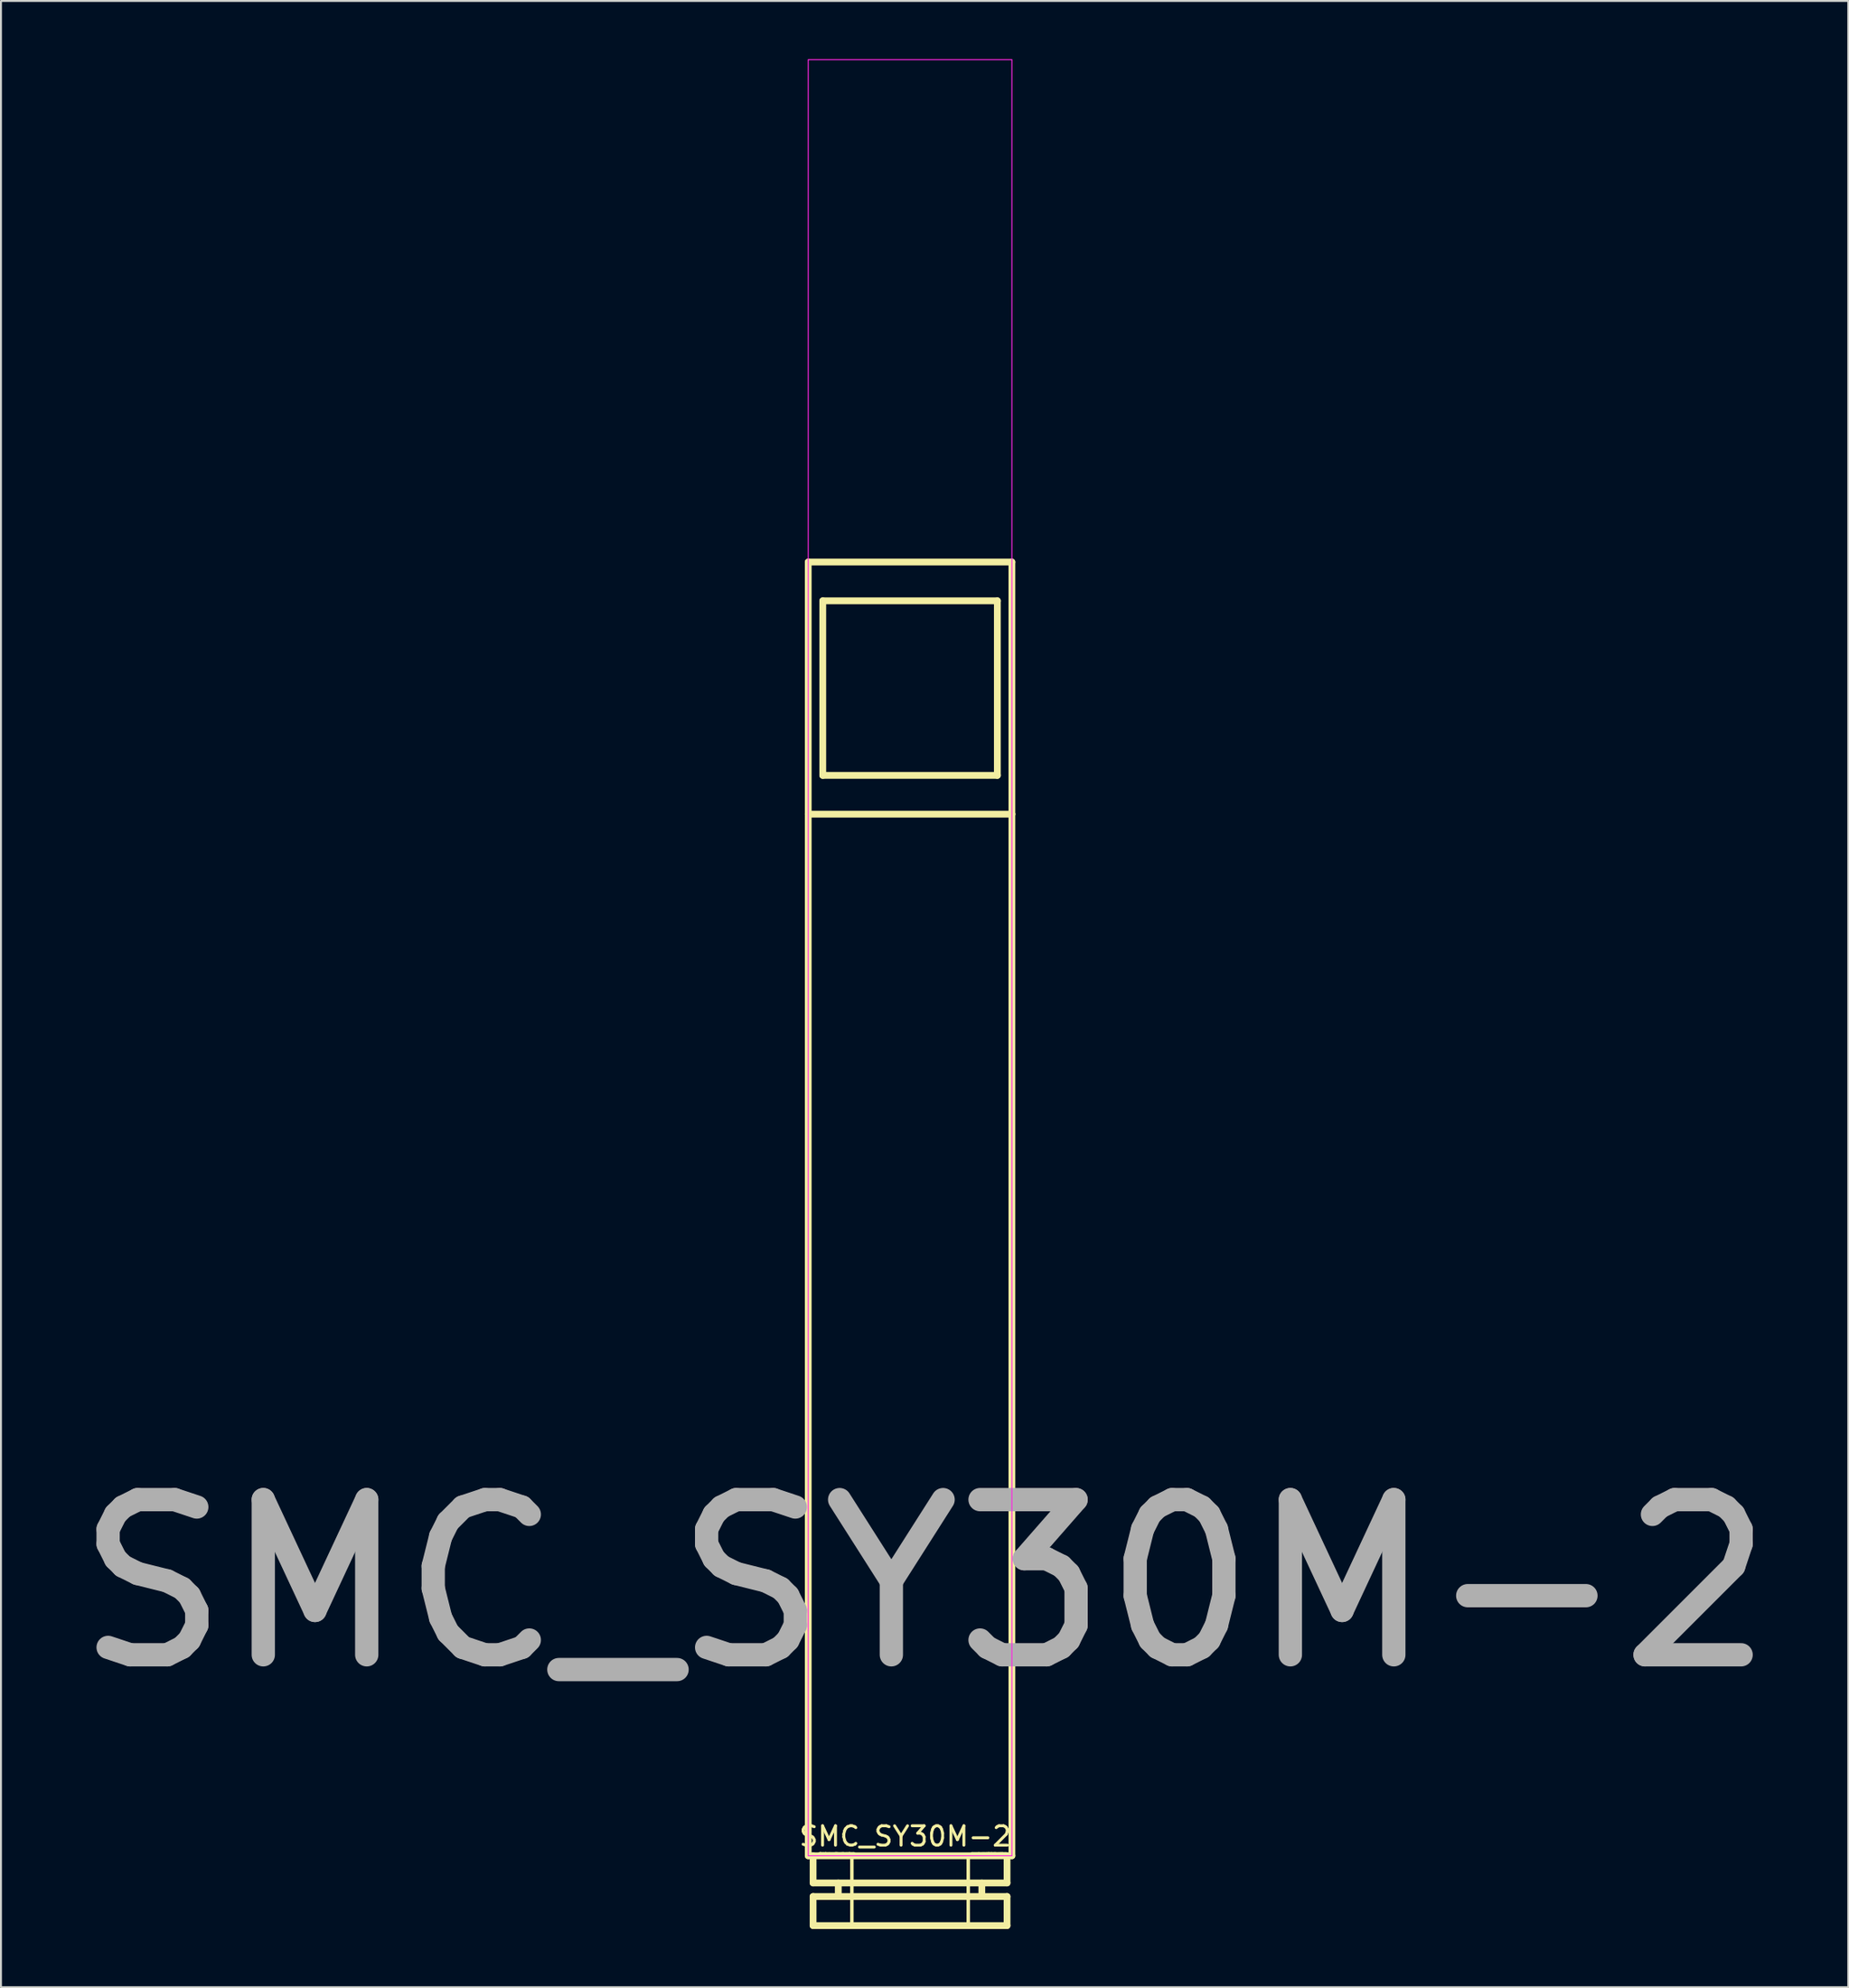
<source format=kicad_pcb>
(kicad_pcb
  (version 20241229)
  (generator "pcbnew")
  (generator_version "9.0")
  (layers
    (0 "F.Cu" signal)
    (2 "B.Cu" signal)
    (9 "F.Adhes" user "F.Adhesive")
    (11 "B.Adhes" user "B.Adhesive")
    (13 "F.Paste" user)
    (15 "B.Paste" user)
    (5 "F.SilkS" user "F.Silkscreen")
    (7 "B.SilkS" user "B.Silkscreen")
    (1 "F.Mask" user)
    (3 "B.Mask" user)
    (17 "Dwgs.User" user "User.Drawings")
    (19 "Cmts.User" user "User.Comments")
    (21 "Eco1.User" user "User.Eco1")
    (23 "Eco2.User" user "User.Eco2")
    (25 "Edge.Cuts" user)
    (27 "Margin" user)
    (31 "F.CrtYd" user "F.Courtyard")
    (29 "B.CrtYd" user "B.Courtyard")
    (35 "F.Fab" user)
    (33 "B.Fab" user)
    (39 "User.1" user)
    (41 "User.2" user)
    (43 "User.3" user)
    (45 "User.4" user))
  (footprint "SMC_SY30M-2"
    (layer "F.Cu")
    (at 38.619 92.625)
    (property "Reference" "SMC_SY30M-2" (at 5 -1 0) (unlocked yes) (layer "F.SilkS") (effects (font (size 1 1) (thickness 0.15))))
    (fp_line (start 0 -66.7) (end 0 -53.7) (stroke (width 0.35) (type solid)) (layer "F.SilkS"))
    (fp_line (start 0 -53.7) (end 10.5 -53.7) (stroke (width 0.35) (type solid)) (layer "F.SilkS"))
    (fp_line (start 0 0) (end 0 -53.7) (stroke (width 0.35) (type solid)) (layer "F.SilkS"))
    (fp_line (start 0 0) (end 10.5 0) (stroke (width 0.35) (type solid)) (layer "F.SilkS"))
    (fp_line (start 0.25 0) (end 0.25 1.4) (stroke (width 0.35) (type solid)) (layer "F.SilkS"))
    (fp_line (start 0.25 1.4) (end 10.25 1.4) (stroke (width 0.35) (type solid)) (layer "F.SilkS"))
    (fp_line (start 0.25 2.1) (end 0.25 3.6) (stroke (width 0.35) (type solid)) (layer "F.SilkS"))
    (fp_line (start 0.25 2.1) (end 10.25 2.1) (stroke (width 0.35) (type solid)) (layer "F.SilkS"))
    (fp_line (start 0.25 3.6) (end 10.25 3.6) (stroke (width 0.35) (type solid)) (layer "F.SilkS"))
    (fp_line (start 0.6 -0.1) (end 0.6 0) (stroke (width 0.18) (type solid)) (layer "F.SilkS"))
    (fp_line (start 0.61 -0.1) (end 0.6 -0.1) (stroke (width 0.18) (type solid)) (layer "F.SilkS"))
    (fp_line (start 0.61 -0.1) (end 0.61 0) (stroke (width 0.18) (type solid)) (layer "F.SilkS"))
    (fp_line (start 0.61 -0.1) (end 1.406 -0.1) (stroke (width 0.18) (type solid)) (layer "F.SilkS"))
    (fp_line (start 0.659 -0.1) (end 0.659 0) (stroke (width 0.18) (type solid)) (layer "F.SilkS"))
    (fp_line (start 0.659 -0.1) (end 0.659 0) (stroke (width 0.18) (type solid)) (layer "F.SilkS"))
    (fp_line (start 0.75 -64.7) (end 0.75 -55.7) (stroke (width 0.35) (type solid)) (layer "F.SilkS"))
    (fp_line (start 0.75 -55.7) (end 9.75 -55.7) (stroke (width 0.35) (type solid)) (layer "F.SilkS"))
    (fp_line (start 0.778 -0.1) (end 0.778 0) (stroke (width 0.18) (type solid)) (layer "F.SilkS"))
    (fp_line (start 0.892 -0.1) (end 0.892 0) (stroke (width 0.18) (type solid)) (layer "F.SilkS"))
    (fp_line (start 0.892 -0.1) (end 0.892 0) (stroke (width 0.18) (type solid)) (layer "F.SilkS"))
    (fp_line (start 0.905 -0.1) (end 0.905 0) (stroke (width 0.18) (type solid)) (layer "F.SilkS"))
    (fp_line (start 1.091 -0.1) (end 1.091 0) (stroke (width 0.18) (type solid)) (layer "F.SilkS"))
    (fp_line (start 1.406 -0.1) (end 1.406 0) (stroke (width 0.18) (type solid)) (layer "F.SilkS"))
    (fp_line (start 1.43 -0.1) (end 1.43 0) (stroke (width 0.18) (type solid)) (layer "F.SilkS"))
    (fp_line (start 1.471 -0.1) (end 1.406 -0.1) (stroke (width 0.18) (type solid)) (layer "F.SilkS"))
    (fp_line (start 1.471 -0.1) (end 1.471 0) (stroke (width 0.18) (type solid)) (layer "F.SilkS"))
    (fp_line (start 1.471 -0.1) (end 2.107 -0.1) (stroke (width 0.18) (type solid)) (layer "F.SilkS"))
    (fp_line (start 1.517 -0.1) (end 1.517 0) (stroke (width 0.18) (type solid)) (layer "F.SilkS"))
    (fp_line (start 1.55 1.4) (end 1.55 2.1) (stroke (width 0.35) (type solid)) (layer "F.SilkS"))
    (fp_line (start 1.721 -0.1) (end 1.721 0) (stroke (width 0.18) (type solid)) (layer "F.SilkS"))
    (fp_line (start 1.779 -0.1) (end 1.779 0) (stroke (width 0.18) (type solid)) (layer "F.SilkS"))
    (fp_line (start 1.798 -0.1) (end 1.798 0) (stroke (width 0.18) (type solid)) (layer "F.SilkS"))
    (fp_line (start 1.808 -0.1) (end 1.808 0) (stroke (width 0.18) (type solid)) (layer "F.SilkS"))
    (fp_line (start 1.998 -0.1) (end 1.998 0) (stroke (width 0.18) (type solid)) (layer "F.SilkS"))
    (fp_line (start 2.107 -0.1) (end 2.107 0) (stroke (width 0.18) (type solid)) (layer "F.SilkS"))
    (fp_line (start 2.139 -0.1) (end 2.107 -0.1) (stroke (width 0.18) (type solid)) (layer "F.SilkS"))
    (fp_line (start 2.139 -0.1) (end 2.139 0) (stroke (width 0.18) (type solid)) (layer "F.SilkS"))
    (fp_line (start 2.25 0) (end 2.25 3.6) (stroke (width 0.18) (type solid)) (layer "F.SilkS"))
    (fp_line (start 2.347 -0.1) (end 2.139 -0.1) (stroke (width 0.18) (type solid)) (layer "F.SilkS"))
    (fp_line (start 2.347 -0.1) (end 2.347 0) (stroke (width 0.18) (type solid)) (layer "F.SilkS"))
    (fp_line (start 8.25 0) (end 8.25 3.6) (stroke (width 0.18) (type solid)) (layer "F.SilkS"))
    (fp_line (start 8.45 -0.1) (end 8.45 0) (stroke (width 0.18) (type solid)) (layer "F.SilkS"))
    (fp_line (start 8.785 -0.1) (end 8.785 0) (stroke (width 0.18) (type solid)) (layer "F.SilkS"))
    (fp_line (start 8.799 -0.1) (end 8.799 0) (stroke (width 0.18) (type solid)) (layer "F.SilkS"))
    (fp_line (start 8.95 1.4) (end 8.95 2.1) (stroke (width 0.35) (type solid)) (layer "F.SilkS"))
    (fp_line (start 9.004 -0.1) (end 9.004 0) (stroke (width 0.18) (type solid)) (layer "F.SilkS"))
    (fp_line (start 9.076 -0.1) (end 9.076 0) (stroke (width 0.18) (type solid)) (layer "F.SilkS"))
    (fp_line (start 9.178 -0.1) (end 9.178 0) (stroke (width 0.18) (type solid)) (layer "F.SilkS"))
    (fp_line (start 9.243 -0.1) (end 9.243 0) (stroke (width 0.18) (type solid)) (layer "F.SilkS"))
    (fp_line (start 9.268 -0.1) (end 9.268 0) (stroke (width 0.18) (type solid)) (layer "F.SilkS"))
    (fp_line (start 9.312 -0.1) (end 8.45 -0.1) (stroke (width 0.18) (type solid)) (layer "F.SilkS"))
    (fp_line (start 9.312 -0.1) (end 9.312 0) (stroke (width 0.18) (type solid)) (layer "F.SilkS"))
    (fp_line (start 9.312 -0.1) (end 9.935 -0.1) (stroke (width 0.18) (type solid)) (layer "F.SilkS"))
    (fp_line (start 9.324 -0.1) (end 9.324 0) (stroke (width 0.18) (type solid)) (layer "F.SilkS"))
    (fp_line (start 9.385 -0.1) (end 9.385 0) (stroke (width 0.18) (type solid)) (layer "F.SilkS"))
    (fp_line (start 9.437 -0.1) (end 9.437 0) (stroke (width 0.18) (type solid)) (layer "F.SilkS"))
    (fp_line (start 9.468 -0.1) (end 9.468 0) (stroke (width 0.18) (type solid)) (layer "F.SilkS"))
    (fp_line (start 9.469 -0.1) (end 9.469 0) (stroke (width 0.18) (type solid)) (layer "F.SilkS"))
    (fp_line (start 9.571 -0.1) (end 9.571 0) (stroke (width 0.18) (type solid)) (layer "F.SilkS"))
    (fp_line (start 9.6 -0.1) (end 9.6 0) (stroke (width 0.18) (type solid)) (layer "F.SilkS"))
    (fp_line (start 9.644 -0.1) (end 9.644 0) (stroke (width 0.18) (type solid)) (layer "F.SilkS"))
    (fp_line (start 9.658 -0.1) (end 9.658 0) (stroke (width 0.18) (type solid)) (layer "F.SilkS"))
    (fp_line (start 9.75 -64.7) (end 0.75 -64.7) (stroke (width 0.35) (type solid)) (layer "F.SilkS"))
    (fp_line (start 9.75 -55.7) (end 9.75 -64.7) (stroke (width 0.35) (type solid)) (layer "F.SilkS"))
    (fp_line (start 9.848 -0.1) (end 9.848 0) (stroke (width 0.18) (type solid)) (layer "F.SilkS"))
    (fp_line (start 9.935 -0.1) (end 9.935 0) (stroke (width 0.18) (type solid)) (layer "F.SilkS"))
    (fp_line (start 9.935 -0.1) (end 10.008 -0.1) (stroke (width 0.18) (type solid)) (layer "F.SilkS"))
    (fp_line (start 10.008 -0.1) (end 10.008 0) (stroke (width 0.18) (type solid)) (layer "F.SilkS"))
    (fp_line (start 10.197 -0.1) (end 10.008 -0.1) (stroke (width 0.18) (type solid)) (layer "F.SilkS"))
    (fp_line (start 10.197 -0.1) (end 10.197 0) (stroke (width 0.18) (type solid)) (layer "F.SilkS"))
    (fp_line (start 10.25 0) (end 10.25 1.4) (stroke (width 0.35) (type solid)) (layer "F.SilkS"))
    (fp_line (start 10.25 2.1) (end 10.25 3.6) (stroke (width 0.35) (type solid)) (layer "F.SilkS"))
    (fp_line (start 10.5 -66.7) (end 0 -66.7) (stroke (width 0.35) (type solid)) (layer "F.SilkS"))
    (fp_line (start 10.5 -53.7) (end 10.5 -66.7) (stroke (width 0.35) (type solid)) (layer "F.SilkS"))
    (fp_line (start 10.5 0) (end 10.5 -53.7) (stroke (width 0.35) (type solid)) (layer "F.SilkS"))
    (fp_rect (start 0 0) (end 10.5 -92.6) (stroke (width 0.05) (type solid)) (fill no) (layer "F.CrtYd"))
    (fp_text user "${REFERENCE}" (at 6 -14 0) (unlocked yes) (layer "F.Fab") (effects (font (size 8 8) (thickness 1.2)))))
  (gr_rect
    (start -3 -3)
    (end 92.238 99.4)
    (stroke (width 0.1) (type default))
    (fill no)
    (layer "Edge.Cuts")))
</source>
